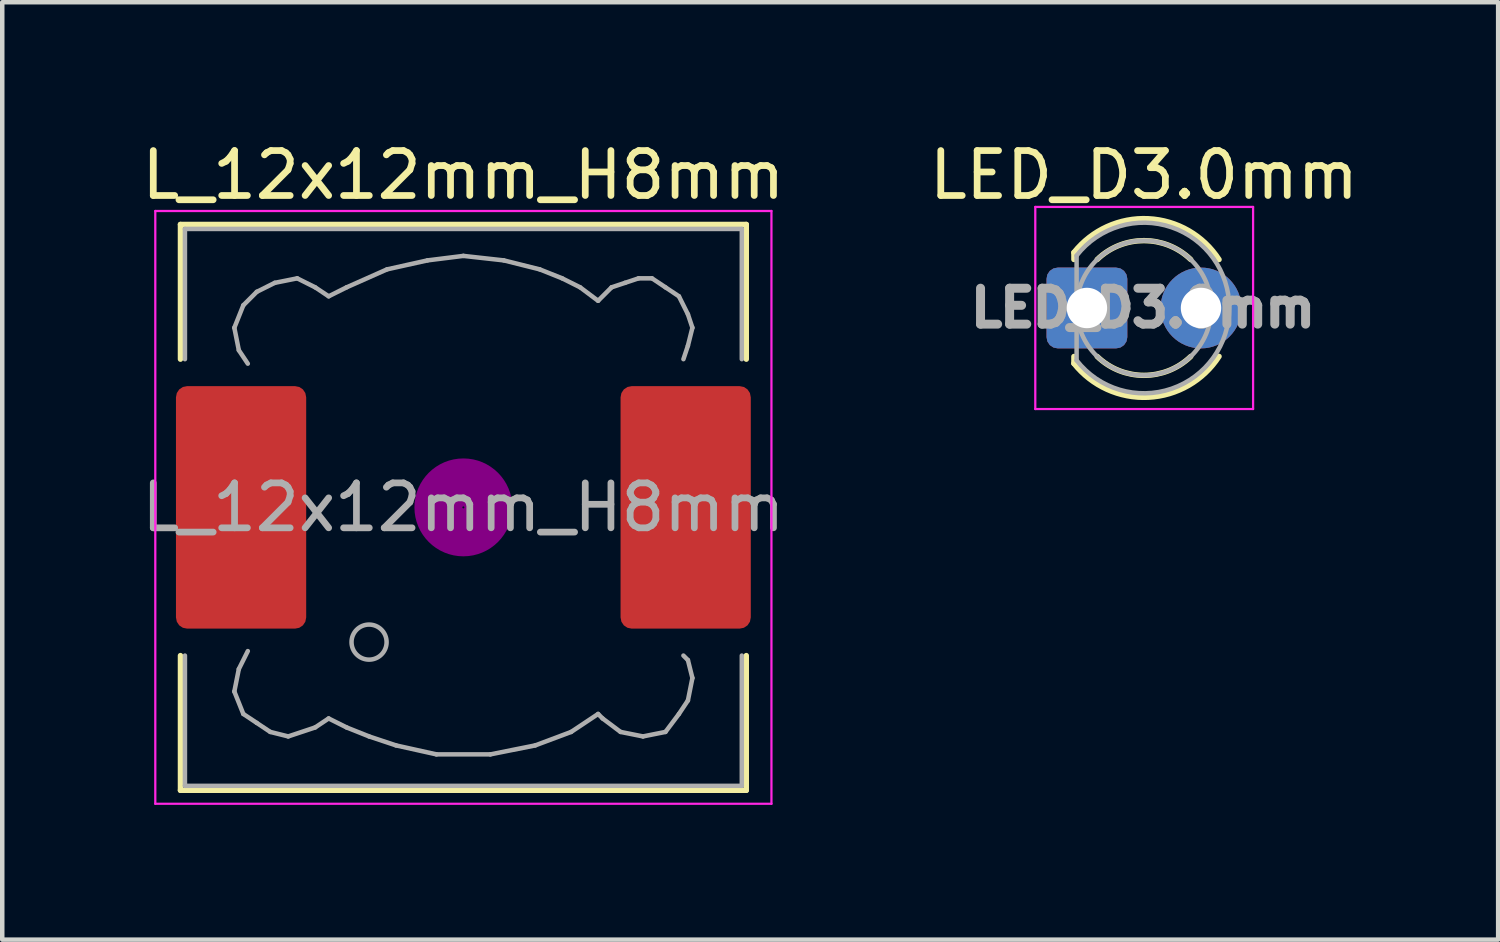
<source format=kicad_pcb>
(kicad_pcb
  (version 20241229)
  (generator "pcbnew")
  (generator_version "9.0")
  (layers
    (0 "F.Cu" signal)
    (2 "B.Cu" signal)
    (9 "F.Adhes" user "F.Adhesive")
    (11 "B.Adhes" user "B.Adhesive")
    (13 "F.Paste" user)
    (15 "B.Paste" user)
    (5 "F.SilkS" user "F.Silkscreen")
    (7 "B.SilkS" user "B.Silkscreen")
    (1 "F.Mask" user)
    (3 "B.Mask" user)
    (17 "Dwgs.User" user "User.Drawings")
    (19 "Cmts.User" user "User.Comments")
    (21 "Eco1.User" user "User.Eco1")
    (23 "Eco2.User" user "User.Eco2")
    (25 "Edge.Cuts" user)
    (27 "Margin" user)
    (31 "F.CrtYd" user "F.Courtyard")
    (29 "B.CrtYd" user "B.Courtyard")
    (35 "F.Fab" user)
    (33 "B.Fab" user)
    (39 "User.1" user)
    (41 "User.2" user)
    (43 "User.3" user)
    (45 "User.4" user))
  (footprint "L_12x12mm_H8mm"
    (layer "F.Cu")
    (at 7.268 8.248)
    (property "Reference" "L_12x12mm_H8mm" (at 0 -7.4 0) (layer "F.SilkS") (effects (font (size 1 1) (thickness 0.15))))
    (attr smd)
    (fp_line (start -6.3 -6.3) (end 6.3 -6.3) (stroke (width 0.12) (type solid)) (layer "F.SilkS"))
    (fp_line (start -6.3 -3.3) (end -6.3 -6.3) (stroke (width 0.12) (type solid)) (layer "F.SilkS"))
    (fp_line (start -6.3 6.3) (end -6.3 3.3) (stroke (width 0.12) (type solid)) (layer "F.SilkS"))
    (fp_line (start 6.3 -6.3) (end 6.3 -3.3) (stroke (width 0.12) (type solid)) (layer "F.SilkS"))
    (fp_line (start 6.3 3.3) (end 6.3 6.3) (stroke (width 0.12) (type solid)) (layer "F.SilkS"))
    (fp_line (start 6.3 6.3) (end -6.3 6.3) (stroke (width 0.12) (type solid)) (layer "F.SilkS"))
    (fp_circle (center 0 0) (end 0.15 0.15) (stroke (width 0.38) (type solid)) (fill no) (layer "F.Adhes"))
    (fp_circle (center 0 0) (end 0.55 0) (stroke (width 0.38) (type solid)) (fill no) (layer "F.Adhes"))
    (fp_circle (center 0 0) (end 0.9 0) (stroke (width 0.38) (type solid)) (fill no) (layer "F.Adhes"))
    (fp_line (start -6.86 -6.6) (end 6.86 -6.6) (stroke (width 0.05) (type solid)) (layer "F.CrtYd"))
    (fp_line (start -6.86 6.6) (end -6.86 -6.6) (stroke (width 0.05) (type solid)) (layer "F.CrtYd"))
    (fp_line (start 6.86 -6.6) (end 6.86 6.6) (stroke (width 0.05) (type solid)) (layer "F.CrtYd"))
    (fp_line (start 6.86 6.6) (end -6.86 6.6) (stroke (width 0.05) (type solid)) (layer "F.CrtYd"))
    (fp_line (start -6.2 -6.2) (end -6.2 -3.3) (stroke (width 0.1) (type solid)) (layer "F.Fab"))
    (fp_line (start -6.2 3.3) (end -6.2 6.2) (stroke (width 0.1) (type solid)) (layer "F.Fab"))
    (fp_line (start -6.2 6.2) (end 6.2 6.2) (stroke (width 0.1) (type solid)) (layer "F.Fab"))
    (fp_line (start -5.1 -4) (end -5 -3.5) (stroke (width 0.1) (type solid)) (layer "F.Fab"))
    (fp_line (start -5.1 4.1) (end -5 3.6) (stroke (width 0.1) (type solid)) (layer "F.Fab"))
    (fp_line (start -5 -3.5) (end -4.8 -3.2) (stroke (width 0.1) (type solid)) (layer "F.Fab"))
    (fp_line (start -5 3.6) (end -4.8 3.2) (stroke (width 0.1) (type solid)) (layer "F.Fab"))
    (fp_line (start -4.9 -4.5) (end -5.1 -4) (stroke (width 0.1) (type solid)) (layer "F.Fab"))
    (fp_line (start -4.9 4.6) (end -5.1 4.1) (stroke (width 0.1) (type solid)) (layer "F.Fab"))
    (fp_line (start -4.6 -4.8) (end -4.9 -4.5) (stroke (width 0.1) (type solid)) (layer "F.Fab"))
    (fp_line (start -4.6 4.8) (end -4.9 4.6) (stroke (width 0.1) (type solid)) (layer "F.Fab"))
    (fp_line (start -4.3 5) (end -4.6 4.8) (stroke (width 0.1) (type solid)) (layer "F.Fab"))
    (fp_line (start -4.2 -5) (end -4.6 -4.8) (stroke (width 0.1) (type solid)) (layer "F.Fab"))
    (fp_line (start -3.9 5.1) (end -4.3 5) (stroke (width 0.1) (type solid)) (layer "F.Fab"))
    (fp_line (start -3.7 -5.1) (end -4.2 -5) (stroke (width 0.1) (type solid)) (layer "F.Fab"))
    (fp_line (start -3.3 -4.9) (end -3.7 -5.1) (stroke (width 0.1) (type solid)) (layer "F.Fab"))
    (fp_line (start -3.3 4.9) (end -3.9 5.1) (stroke (width 0.1) (type solid)) (layer "F.Fab"))
    (fp_line (start -3 -4.7) (end -3.3 -4.9) (stroke (width 0.1) (type solid)) (layer "F.Fab"))
    (fp_line (start -3 4.7) (end -3.3 4.9) (stroke (width 0.1) (type solid)) (layer "F.Fab"))
    (fp_line (start -2.6 -4.9) (end -3 -4.7) (stroke (width 0.1) (type solid)) (layer "F.Fab"))
    (fp_line (start -2.6 4.9) (end -3 4.7) (stroke (width 0.1) (type solid)) (layer "F.Fab"))
    (fp_line (start -2.1 5.1) (end -2.6 4.9) (stroke (width 0.1) (type solid)) (layer "F.Fab"))
    (fp_line (start -1.7 -5.3) (end -2.6 -4.9) (stroke (width 0.1) (type solid)) (layer "F.Fab"))
    (fp_line (start -1.5 5.3) (end -2.1 5.1) (stroke (width 0.1) (type solid)) (layer "F.Fab"))
    (fp_line (start -0.8 -5.5) (end -1.7 -5.3) (stroke (width 0.1) (type solid)) (layer "F.Fab"))
    (fp_line (start -0.6 5.5) (end -1.5 5.3) (stroke (width 0.1) (type solid)) (layer "F.Fab"))
    (fp_line (start 0 -5.6) (end -0.8 -5.5) (stroke (width 0.1) (type solid)) (layer "F.Fab"))
    (fp_line (start 0.6 5.5) (end -0.6 5.5) (stroke (width 0.1) (type solid)) (layer "F.Fab"))
    (fp_line (start 0.9 -5.5) (end 0 -5.6) (stroke (width 0.1) (type solid)) (layer "F.Fab"))
    (fp_line (start 1.6 5.3) (end 0.6 5.5) (stroke (width 0.1) (type solid)) (layer "F.Fab"))
    (fp_line (start 1.7 -5.3) (end 0.9 -5.5) (stroke (width 0.1) (type solid)) (layer "F.Fab"))
    (fp_line (start 2.2 -5.1) (end 1.7 -5.3) (stroke (width 0.1) (type solid)) (layer "F.Fab"))
    (fp_line (start 2.4 5) (end 1.6 5.3) (stroke (width 0.1) (type solid)) (layer "F.Fab"))
    (fp_line (start 2.6 -4.9) (end 2.2 -5.1) (stroke (width 0.1) (type solid)) (layer "F.Fab"))
    (fp_line (start 3 -4.6) (end 2.6 -4.9) (stroke (width 0.1) (type solid)) (layer "F.Fab"))
    (fp_line (start 3 4.6) (end 2.4 5) (stroke (width 0.1) (type solid)) (layer "F.Fab"))
    (fp_line (start 3.1 4.7) (end 3 4.6) (stroke (width 0.1) (type solid)) (layer "F.Fab"))
    (fp_line (start 3.3 -4.9) (end 3 -4.6) (stroke (width 0.1) (type solid)) (layer "F.Fab"))
    (fp_line (start 3.5 5) (end 3.1 4.7) (stroke (width 0.1) (type solid)) (layer "F.Fab"))
    (fp_line (start 3.6 -5) (end 3.3 -4.9) (stroke (width 0.1) (type solid)) (layer "F.Fab"))
    (fp_line (start 3.9 -5.1) (end 3.6 -5) (stroke (width 0.1) (type solid)) (layer "F.Fab"))
    (fp_line (start 4 5.1) (end 3.5 5) (stroke (width 0.1) (type solid)) (layer "F.Fab"))
    (fp_line (start 4.2 -5.1) (end 3.9 -5.1) (stroke (width 0.1) (type solid)) (layer "F.Fab"))
    (fp_line (start 4.5 -4.9) (end 4.2 -5.1) (stroke (width 0.1) (type solid)) (layer "F.Fab"))
    (fp_line (start 4.5 5) (end 4 5.1) (stroke (width 0.1) (type solid)) (layer "F.Fab"))
    (fp_line (start 4.8 -4.7) (end 4.5 -4.9) (stroke (width 0.1) (type solid)) (layer "F.Fab"))
    (fp_line (start 4.8 4.6) (end 4.5 5) (stroke (width 0.1) (type solid)) (layer "F.Fab"))
    (fp_line (start 4.9 -3.3) (end 5 -3.6) (stroke (width 0.1) (type solid)) (layer "F.Fab"))
    (fp_line (start 4.9 3.3) (end 5 3.4) (stroke (width 0.1) (type solid)) (layer "F.Fab"))
    (fp_line (start 5 -4.3) (end 4.8 -4.7) (stroke (width 0.1) (type solid)) (layer "F.Fab"))
    (fp_line (start 5 -3.6) (end 5.1 -4) (stroke (width 0.1) (type solid)) (layer "F.Fab"))
    (fp_line (start 5 3.4) (end 5.1 3.8) (stroke (width 0.1) (type solid)) (layer "F.Fab"))
    (fp_line (start 5 4.3) (end 4.8 4.6) (stroke (width 0.1) (type solid)) (layer "F.Fab"))
    (fp_line (start 5.1 -4) (end 5 -4.3) (stroke (width 0.1) (type solid)) (layer "F.Fab"))
    (fp_line (start 5.1 3.8) (end 5 4.3) (stroke (width 0.1) (type solid)) (layer "F.Fab"))
    (fp_line (start 6.2 -6.2) (end -6.2 -6.2) (stroke (width 0.1) (type solid)) (layer "F.Fab"))
    (fp_line (start 6.2 -6.2) (end 6.2 -3.3) (stroke (width 0.1) (type solid)) (layer "F.Fab"))
    (fp_line (start 6.2 6.2) (end 6.2 3.3) (stroke (width 0.1) (type solid)) (layer "F.Fab"))
    (fp_circle (center -2.1 3) (end -1.8 3.25) (stroke (width 0.1) (type solid)) (fill no) (layer "F.Fab"))
    (fp_text user "${REFERENCE}" (at 0 0 0) (layer "F.Fab") (effects (font (size 1 1) (thickness 0.15))))
    (pad "1" smd roundrect (at -4.95 0) (size 2.9 5.4) (layers "F.Cu" "F.Mask" "F.Paste") (roundrect_rratio 0.086))
    (pad "2" smd roundrect (at 4.95 0) (size 2.9 5.4) (layers "F.Cu" "F.Mask" "F.Paste") (roundrect_rratio 0.086)))
  (footprint "LED_D3.0mm"
    (layer "F.Cu")
    (at 21.153 3.808)
    (property "Reference" "LED_D3.0mm" (at 1.27 -2.96 0) (layer "F.SilkS") (effects (font (size 1 1) (thickness 0.15))))
    (attr through_hole)
    (fp_line (start -0.29 -1.236) (end -0.29 -1.08) (stroke (width 0.12) (type solid)) (layer "F.SilkS"))
    (fp_line (start -0.29 1.08) (end -0.29 1.236) (stroke (width 0.12) (type solid)) (layer "F.SilkS"))
    (fp_arc (start -0.29 -1.235516) (mid 1.366487 -1.987659) (end 2.942335 -1.078608) (stroke (width 0.12) (type solid)) (layer "F.SilkS"))
    (fp_arc (start 0.229039 -1.08) (mid 1.270117 -1.5) (end 2.31113 -1.079837) (stroke (width 0.12) (type solid)) (layer "F.SilkS"))
    (fp_arc (start 2.31113 1.079837) (mid 1.270117 1.5) (end 0.229039 1.08) (stroke (width 0.12) (type solid)) (layer "F.SilkS"))
    (fp_arc (start 2.942335 1.078608) (mid 1.366487 1.987659) (end -0.29 1.235516) (stroke (width 0.12) (type solid)) (layer "F.SilkS"))
    (fp_line (start -1.15 -2.25) (end -1.15 2.25) (stroke (width 0.05) (type solid)) (layer "F.CrtYd"))
    (fp_line (start -1.15 2.25) (end 3.7 2.25) (stroke (width 0.05) (type solid)) (layer "F.CrtYd"))
    (fp_line (start 3.7 -2.25) (end -1.15 -2.25) (stroke (width 0.05) (type solid)) (layer "F.CrtYd"))
    (fp_line (start 3.7 2.25) (end 3.7 -2.25) (stroke (width 0.05) (type solid)) (layer "F.CrtYd"))
    (fp_line (start -0.23 -1.166) (end -0.23 1.166) (stroke (width 0.1) (type solid)) (layer "F.Fab"))
    (fp_arc (start -0.23 -1.16619) (mid 3.17 0.000452) (end -0.230555 1.165476) (stroke (width 0.1) (type solid)) (layer "F.Fab"))
    (fp_circle (center 1.27 0) (end 2.77 0) (stroke (width 0.1) (type solid)) (fill no) (layer "F.Fab"))
    (fp_text user "${REFERENCE}" (at 1.25 0 0) (layer "F.Fab") (effects (font (size 0.8 0.8) (thickness 0.2))))
    (pad "1" thru_hole roundrect (at 0 0) (size 1.8 1.8) (drill 0.9) (layers "*.Cu" "*.Mask") (roundrect_rratio 0.139))
    (pad "2" thru_hole circle (at 2.54 0) (size 1.8 1.8) (drill 0.9) (layers "*.Cu" "*.Mask")))
  (gr_rect
    (start -3 -3)
    (end 30.31 17.873)
    (stroke (width 0.1) (type default))
    (fill no)
    (layer "Edge.Cuts")))
</source>
